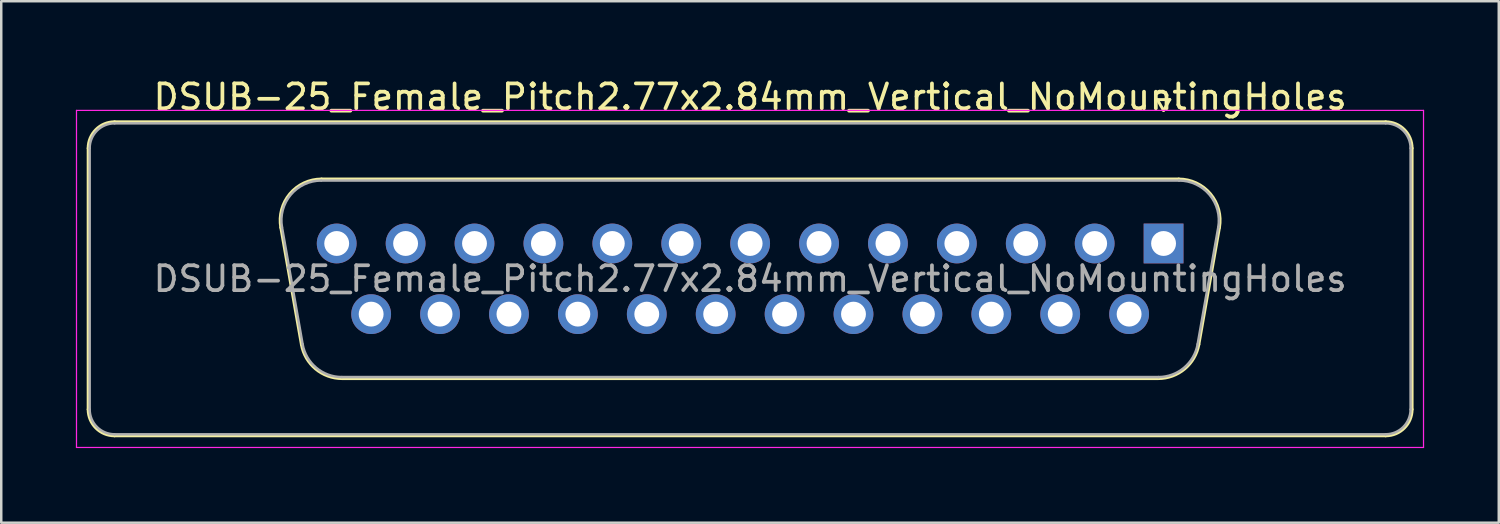
<source format=kicad_pcb>
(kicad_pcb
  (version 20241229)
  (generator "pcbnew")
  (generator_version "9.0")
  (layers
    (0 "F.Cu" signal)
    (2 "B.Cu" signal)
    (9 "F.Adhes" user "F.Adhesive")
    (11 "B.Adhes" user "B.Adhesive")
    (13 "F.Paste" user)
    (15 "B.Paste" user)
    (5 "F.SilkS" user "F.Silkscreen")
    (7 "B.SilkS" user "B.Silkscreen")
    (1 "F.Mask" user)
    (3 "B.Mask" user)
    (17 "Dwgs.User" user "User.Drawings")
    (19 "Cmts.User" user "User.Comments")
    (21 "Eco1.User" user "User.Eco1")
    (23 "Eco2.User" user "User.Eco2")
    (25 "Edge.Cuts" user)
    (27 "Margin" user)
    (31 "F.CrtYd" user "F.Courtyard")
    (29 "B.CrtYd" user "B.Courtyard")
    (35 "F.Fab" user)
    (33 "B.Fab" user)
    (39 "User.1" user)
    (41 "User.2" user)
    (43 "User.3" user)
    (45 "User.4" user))
  (footprint "DSUB-25_Female_Pitch2.77x2.84mm_Vertical_NoMountingHoles"
    (layer "F.Cu")
    (at 43.725 6.738)
    (property "Reference" "DSUB-25_Female_Pitch2.77x2.84mm_Vertical_NoMountingHoles" (at -16.62 -5.89 0) (layer "F.SilkS") (effects (font (size 1 1) (thickness 0.15))))
    (attr through_hole)
    (fp_line (start -43.23 6.67) (end -43.23 -3.83) (stroke (width 0.12) (type solid)) (layer "F.SilkS"))
    (fp_line (start -42.17 -4.89) (end 8.93 -4.89) (stroke (width 0.12) (type solid)) (layer "F.SilkS"))
    (fp_line (start -35.486 -0.642) (end -34.658 4.058) (stroke (width 0.12) (type solid)) (layer "F.SilkS"))
    (fp_line (start -33.852 -2.59) (end 0.612 -2.59) (stroke (width 0.12) (type solid)) (layer "F.SilkS"))
    (fp_line (start -33.023 5.43) (end -0.217 5.43) (stroke (width 0.12) (type solid)) (layer "F.SilkS"))
    (fp_line (start -0.25 -5.784) (end 0.25 -5.784) (stroke (width 0.12) (type solid)) (layer "F.SilkS"))
    (fp_line (start 0 -5.351) (end -0.25 -5.784) (stroke (width 0.12) (type solid)) (layer "F.SilkS"))
    (fp_line (start 0.25 -5.784) (end 0 -5.351) (stroke (width 0.12) (type solid)) (layer "F.SilkS"))
    (fp_line (start 2.246 -0.642) (end 1.418 4.058) (stroke (width 0.12) (type solid)) (layer "F.SilkS"))
    (fp_line (start 8.93 7.73) (end -42.17 7.73) (stroke (width 0.12) (type solid)) (layer "F.SilkS"))
    (fp_line (start 9.99 -3.83) (end 9.99 6.67) (stroke (width 0.12) (type solid)) (layer "F.SilkS"))
    (fp_arc (start -43.23 -3.83) (mid -42.919533 -4.579533) (end -42.17 -4.89) (stroke (width 0.12) (type solid)) (layer "F.SilkS"))
    (fp_arc (start -42.17 7.73) (mid -42.919533 7.419533) (end -43.23 6.67) (stroke (width 0.12) (type solid)) (layer "F.SilkS"))
    (fp_arc (start -35.48647 -0.641744) (mid -35.123323 -1.997028) (end -33.851689 -2.59) (stroke (width 0.12) (type solid)) (layer "F.SilkS"))
    (fp_arc (start -33.022952 5.43) (mid -34.089979 5.041634) (end -34.657733 4.058256) (stroke (width 0.12) (type solid)) (layer "F.SilkS"))
    (fp_arc (start 0.611689 -2.59) (mid 1.883323 -1.997027) (end 2.24647 -0.641744) (stroke (width 0.12) (type solid)) (layer "F.SilkS"))
    (fp_arc (start 1.417733 4.058256) (mid 0.84998 5.041634) (end -0.217048 5.43) (stroke (width 0.12) (type solid)) (layer "F.SilkS"))
    (fp_arc (start 8.93 -4.89) (mid 9.679533 -4.579533) (end 9.99 -3.83) (stroke (width 0.12) (type solid)) (layer "F.SilkS"))
    (fp_arc (start 9.99 6.67) (mid 9.679533 7.419533) (end 8.93 7.73) (stroke (width 0.12) (type solid)) (layer "F.SilkS"))
    (fp_line (start -43.7 -5.35) (end -43.7 8.2) (stroke (width 0.05) (type solid)) (layer "F.CrtYd"))
    (fp_line (start -43.7 8.2) (end 10.45 8.2) (stroke (width 0.05) (type solid)) (layer "F.CrtYd"))
    (fp_line (start 10.45 -5.35) (end -43.7 -5.35) (stroke (width 0.05) (type solid)) (layer "F.CrtYd"))
    (fp_line (start 10.45 8.2) (end 10.45 -5.35) (stroke (width 0.05) (type solid)) (layer "F.CrtYd"))
    (fp_line (start -43.17 6.67) (end -43.17 -3.83) (stroke (width 0.1) (type solid)) (layer "F.Fab"))
    (fp_line (start -42.17 -4.83) (end 8.93 -4.83) (stroke (width 0.1) (type solid)) (layer "F.Fab"))
    (fp_line (start -35.439 -0.652) (end -34.61 4.048) (stroke (width 0.1) (type solid)) (layer "F.Fab"))
    (fp_line (start -33.863 -2.53) (end 0.623 -2.53) (stroke (width 0.1) (type solid)) (layer "F.Fab"))
    (fp_line (start -33.034 5.37) (end -0.206 5.37) (stroke (width 0.1) (type solid)) (layer "F.Fab"))
    (fp_line (start 2.199 -0.652) (end 1.37 4.048) (stroke (width 0.1) (type solid)) (layer "F.Fab"))
    (fp_line (start 8.93 7.67) (end -42.17 7.67) (stroke (width 0.1) (type solid)) (layer "F.Fab"))
    (fp_line (start 9.93 -3.83) (end 9.93 6.67) (stroke (width 0.1) (type solid)) (layer "F.Fab"))
    (fp_arc (start -43.17 -3.83) (mid -42.877107 -4.537107) (end -42.17 -4.83) (stroke (width 0.1) (type solid)) (layer "F.Fab"))
    (fp_arc (start -42.17 7.67) (mid -42.877107 7.377107) (end -43.17 6.67) (stroke (width 0.1) (type solid)) (layer "F.Fab"))
    (fp_arc (start -35.438886 -0.652163) (mid -35.088865 -1.95846) (end -33.863194 -2.53) (stroke (width 0.1) (type solid)) (layer "F.Fab"))
    (fp_arc (start -33.034457 5.37) (mid -34.062917 4.995671) (end -34.610149 4.047837) (stroke (width 0.1) (type solid)) (layer "F.Fab"))
    (fp_arc (start 0.623194 -2.53) (mid 1.848865 -1.95846) (end 2.198886 -0.652163) (stroke (width 0.1) (type solid)) (layer "F.Fab"))
    (fp_arc (start 1.370149 4.047837) (mid 0.822917 4.995671) (end -0.205543 5.37) (stroke (width 0.1) (type solid)) (layer "F.Fab"))
    (fp_arc (start 8.93 -4.83) (mid 9.637107 -4.537107) (end 9.93 -3.83) (stroke (width 0.1) (type solid)) (layer "F.Fab"))
    (fp_arc (start 9.93 6.67) (mid 9.637107 7.377107) (end 8.93 7.67) (stroke (width 0.1) (type solid)) (layer "F.Fab"))
    (fp_text user "${REFERENCE}" (at -16.62 1.42 0) (layer "F.Fab") (effects (font (size 1 1) (thickness 0.15))))
    (pad "1" thru_hole rect (at 0 0) (size 1.6 1.6) (drill 1) (layers "*.Cu" "*.Mask"))
    (pad "2" thru_hole circle (at -2.77 0) (size 1.6 1.6) (drill 1) (layers "*.Cu" "*.Mask"))
    (pad "3" thru_hole circle (at -5.54 0) (size 1.6 1.6) (drill 1) (layers "*.Cu" "*.Mask"))
    (pad "4" thru_hole circle (at -8.31 0) (size 1.6 1.6) (drill 1) (layers "*.Cu" "*.Mask"))
    (pad "5" thru_hole circle (at -11.08 0) (size 1.6 1.6) (drill 1) (layers "*.Cu" "*.Mask"))
    (pad "6" thru_hole circle (at -13.85 0) (size 1.6 1.6) (drill 1) (layers "*.Cu" "*.Mask"))
    (pad "7" thru_hole circle (at -16.62 0) (size 1.6 1.6) (drill 1) (layers "*.Cu" "*.Mask"))
    (pad "8" thru_hole circle (at -19.39 0) (size 1.6 1.6) (drill 1) (layers "*.Cu" "*.Mask"))
    (pad "9" thru_hole circle (at -22.16 0) (size 1.6 1.6) (drill 1) (layers "*.Cu" "*.Mask"))
    (pad "10" thru_hole circle (at -24.93 0) (size 1.6 1.6) (drill 1) (layers "*.Cu" "*.Mask"))
    (pad "11" thru_hole circle (at -27.7 0) (size 1.6 1.6) (drill 1) (layers "*.Cu" "*.Mask"))
    (pad "12" thru_hole circle (at -30.47 0) (size 1.6 1.6) (drill 1) (layers "*.Cu" "*.Mask"))
    (pad "13" thru_hole circle (at -33.24 0) (size 1.6 1.6) (drill 1) (layers "*.Cu" "*.Mask"))
    (pad "14" thru_hole circle (at -1.385 2.84) (size 1.6 1.6) (drill 1) (layers "*.Cu" "*.Mask"))
    (pad "15" thru_hole circle (at -4.155 2.84) (size 1.6 1.6) (drill 1) (layers "*.Cu" "*.Mask"))
    (pad "16" thru_hole circle (at -6.925 2.84) (size 1.6 1.6) (drill 1) (layers "*.Cu" "*.Mask"))
    (pad "17" thru_hole circle (at -9.695 2.84) (size 1.6 1.6) (drill 1) (layers "*.Cu" "*.Mask"))
    (pad "18" thru_hole circle (at -12.465 2.84) (size 1.6 1.6) (drill 1) (layers "*.Cu" "*.Mask"))
    (pad "19" thru_hole circle (at -15.235 2.84) (size 1.6 1.6) (drill 1) (layers "*.Cu" "*.Mask"))
    (pad "20" thru_hole circle (at -18.005 2.84) (size 1.6 1.6) (drill 1) (layers "*.Cu" "*.Mask"))
    (pad "21" thru_hole circle (at -20.775 2.84) (size 1.6 1.6) (drill 1) (layers "*.Cu" "*.Mask"))
    (pad "22" thru_hole circle (at -23.545 2.84) (size 1.6 1.6) (drill 1) (layers "*.Cu" "*.Mask"))
    (pad "23" thru_hole circle (at -26.315 2.84) (size 1.6 1.6) (drill 1) (layers "*.Cu" "*.Mask"))
    (pad "24" thru_hole circle (at -29.085 2.84) (size 1.6 1.6) (drill 1) (layers "*.Cu" "*.Mask"))
    (pad "25" thru_hole circle (at -31.855 2.84) (size 1.6 1.6) (drill 1) (layers "*.Cu" "*.Mask")))
  (gr_rect
    (start -3 -3)
    (end 57.2 17.963)
    (stroke (width 0.1) (type default))
    (fill no)
    (layer "Edge.Cuts")))
</source>
